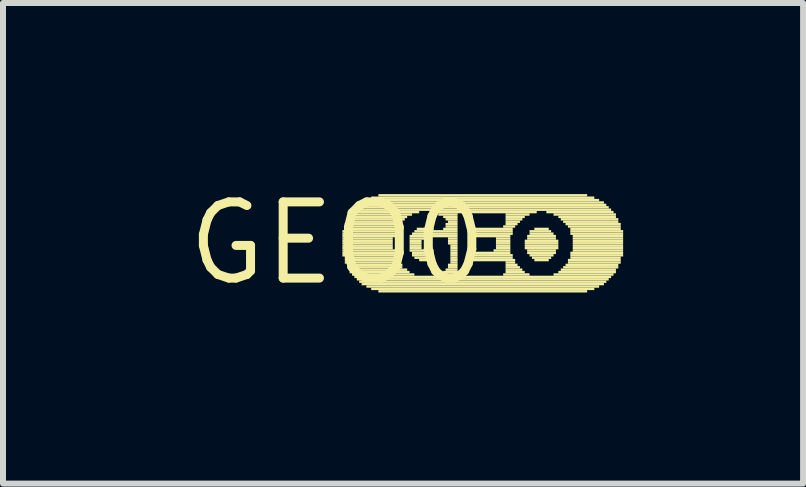
<source format=kicad_pcb>
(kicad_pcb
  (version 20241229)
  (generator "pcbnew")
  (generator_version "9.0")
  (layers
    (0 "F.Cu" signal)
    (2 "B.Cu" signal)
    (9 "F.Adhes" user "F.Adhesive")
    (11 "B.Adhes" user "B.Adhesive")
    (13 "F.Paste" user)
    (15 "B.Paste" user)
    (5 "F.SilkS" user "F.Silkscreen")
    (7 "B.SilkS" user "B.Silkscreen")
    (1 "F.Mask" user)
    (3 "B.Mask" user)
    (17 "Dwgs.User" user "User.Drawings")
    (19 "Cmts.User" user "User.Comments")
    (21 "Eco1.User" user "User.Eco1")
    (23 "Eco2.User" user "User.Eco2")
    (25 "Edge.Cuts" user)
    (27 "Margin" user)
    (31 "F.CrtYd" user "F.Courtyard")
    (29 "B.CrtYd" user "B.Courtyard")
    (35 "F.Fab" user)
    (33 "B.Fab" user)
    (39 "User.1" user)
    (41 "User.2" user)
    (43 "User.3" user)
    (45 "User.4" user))
  (footprint "GEO0"
    (layer "F.Cu")
    (at 2.578 1.006)
    (property "Reference" "GEO0" (at 0 0 0) (layer "F.SilkS") (effects (font (size 1.27 1.27) (thickness 0.15))))
    (fp_poly (pts (xy 0.08 -0.18) (xy 0.96 -0.18) (xy 0.96 -0.22) (xy 0.08 -0.22)) (stroke (width 0) (type solid)) (fill yes) (layer "F.SilkS"))
    (fp_poly (pts (xy 0.08 -0.14) (xy 0.96 -0.14) (xy 0.96 -0.18) (xy 0.08 -0.18)) (stroke (width 0) (type solid)) (fill yes) (layer "F.SilkS"))
    (fp_poly (pts (xy 0.08 -0.1) (xy 0.96 -0.1) (xy 0.96 -0.14) (xy 0.08 -0.14)) (stroke (width 0) (type solid)) (fill yes) (layer "F.SilkS"))
    (fp_poly (pts (xy 0.08 -0.06) (xy 0.92 -0.06) (xy 0.92 -0.1) (xy 0.08 -0.1)) (stroke (width 0) (type solid)) (fill yes) (layer "F.SilkS"))
    (fp_poly (pts (xy 0.08 -0.02) (xy 0.92 -0.02) (xy 0.92 -0.06) (xy 0.08 -0.06)) (stroke (width 0) (type solid)) (fill yes) (layer "F.SilkS"))
    (fp_poly (pts (xy 0.08 0.02) (xy 0.92 0.02) (xy 0.92 -0.02) (xy 0.08 -0.02)) (stroke (width 0) (type solid)) (fill yes) (layer "F.SilkS"))
    (fp_poly (pts (xy 0.08 0.06) (xy 0.92 0.06) (xy 0.92 0.02) (xy 0.08 0.02)) (stroke (width 0) (type solid)) (fill yes) (layer "F.SilkS"))
    (fp_poly (pts (xy 0.08 0.1) (xy 0.92 0.1) (xy 0.92 0.06) (xy 0.08 0.06)) (stroke (width 0) (type solid)) (fill yes) (layer "F.SilkS"))
    (fp_poly (pts (xy 0.08 0.14) (xy 0.96 0.14) (xy 0.96 0.1) (xy 0.08 0.1)) (stroke (width 0) (type solid)) (fill yes) (layer "F.SilkS"))
    (fp_poly (pts (xy 0.08 0.18) (xy 0.96 0.18) (xy 0.96 0.14) (xy 0.08 0.14)) (stroke (width 0) (type solid)) (fill yes) (layer "F.SilkS"))
    (fp_poly (pts (xy 0.08 0.22) (xy 0.96 0.22) (xy 0.96 0.18) (xy 0.08 0.18)) (stroke (width 0) (type solid)) (fill yes) (layer "F.SilkS"))
    (fp_poly (pts (xy 0.12 -0.3) (xy 1.04 -0.3) (xy 1.04 -0.34) (xy 0.12 -0.34)) (stroke (width 0) (type solid)) (fill yes) (layer "F.SilkS"))
    (fp_poly (pts (xy 0.12 -0.26) (xy 1 -0.26) (xy 1 -0.3) (xy 0.12 -0.3)) (stroke (width 0) (type solid)) (fill yes) (layer "F.SilkS"))
    (fp_poly (pts (xy 0.12 -0.22) (xy 1 -0.22) (xy 1 -0.26) (xy 0.12 -0.26)) (stroke (width 0) (type solid)) (fill yes) (layer "F.SilkS"))
    (fp_poly (pts (xy 0.12 0.26) (xy 1 0.26) (xy 1 0.22) (xy 0.12 0.22)) (stroke (width 0) (type solid)) (fill yes) (layer "F.SilkS"))
    (fp_poly (pts (xy 0.12 0.3) (xy 1 0.3) (xy 1 0.26) (xy 0.12 0.26)) (stroke (width 0) (type solid)) (fill yes) (layer "F.SilkS"))
    (fp_poly (pts (xy 0.12 0.34) (xy 1.04 0.34) (xy 1.04 0.3) (xy 0.12 0.3)) (stroke (width 0) (type solid)) (fill yes) (layer "F.SilkS"))
    (fp_poly (pts (xy 0.16 -0.38) (xy 1.12 -0.38) (xy 1.12 -0.42) (xy 0.16 -0.42)) (stroke (width 0) (type solid)) (fill yes) (layer "F.SilkS"))
    (fp_poly (pts (xy 0.16 -0.34) (xy 1.08 -0.34) (xy 1.08 -0.38) (xy 0.16 -0.38)) (stroke (width 0) (type solid)) (fill yes) (layer "F.SilkS"))
    (fp_poly (pts (xy 0.16 0.38) (xy 1.08 0.38) (xy 1.08 0.34) (xy 0.16 0.34)) (stroke (width 0) (type solid)) (fill yes) (layer "F.SilkS"))
    (fp_poly (pts (xy 0.16 0.42) (xy 1.08 0.42) (xy 1.08 0.38) (xy 0.16 0.38)) (stroke (width 0) (type solid)) (fill yes) (layer "F.SilkS"))
    (fp_poly (pts (xy 0.2 -0.46) (xy 1.24 -0.46) (xy 1.24 -0.5) (xy 0.2 -0.5)) (stroke (width 0) (type solid)) (fill yes) (layer "F.SilkS"))
    (fp_poly (pts (xy 0.2 -0.42) (xy 1.16 -0.42) (xy 1.16 -0.46) (xy 0.2 -0.46)) (stroke (width 0) (type solid)) (fill yes) (layer "F.SilkS"))
    (fp_poly (pts (xy 0.2 0.46) (xy 1.16 0.46) (xy 1.16 0.42) (xy 0.2 0.42)) (stroke (width 0) (type solid)) (fill yes) (layer "F.SilkS"))
    (fp_poly (pts (xy 0.2 0.5) (xy 1.2 0.5) (xy 1.2 0.46) (xy 0.2 0.46)) (stroke (width 0) (type solid)) (fill yes) (layer "F.SilkS"))
    (fp_poly (pts (xy 0.24 -0.5) (xy 1.36 -0.5) (xy 1.36 -0.54) (xy 0.24 -0.54)) (stroke (width 0) (type solid)) (fill yes) (layer "F.SilkS"))
    (fp_poly (pts (xy 0.24 0.54) (xy 1.28 0.54) (xy 1.28 0.5) (xy 0.24 0.5)) (stroke (width 0) (type solid)) (fill yes) (layer "F.SilkS"))
    (fp_poly (pts (xy 0.28 -0.54) (xy 4.56 -0.54) (xy 4.56 -0.58) (xy 0.28 -0.58)) (stroke (width 0) (type solid)) (fill yes) (layer "F.SilkS"))
    (fp_poly (pts (xy 0.28 0.58) (xy 4.56 0.58) (xy 4.56 0.54) (xy 0.28 0.54)) (stroke (width 0) (type solid)) (fill yes) (layer "F.SilkS"))
    (fp_poly (pts (xy 0.32 -0.58) (xy 4.52 -0.58) (xy 4.52 -0.62) (xy 0.32 -0.62)) (stroke (width 0) (type solid)) (fill yes) (layer "F.SilkS"))
    (fp_poly (pts (xy 0.32 0.62) (xy 4.52 0.62) (xy 4.52 0.58) (xy 0.32 0.58)) (stroke (width 0) (type solid)) (fill yes) (layer "F.SilkS"))
    (fp_poly (pts (xy 0.36 -0.62) (xy 4.48 -0.62) (xy 4.48 -0.66) (xy 0.36 -0.66)) (stroke (width 0) (type solid)) (fill yes) (layer "F.SilkS"))
    (fp_poly (pts (xy 0.36 0.66) (xy 4.48 0.66) (xy 4.48 0.62) (xy 0.36 0.62)) (stroke (width 0) (type solid)) (fill yes) (layer "F.SilkS"))
    (fp_poly (pts (xy 0.4 -0.66) (xy 4.44 -0.66) (xy 4.44 -0.7) (xy 0.4 -0.7)) (stroke (width 0) (type solid)) (fill yes) (layer "F.SilkS"))
    (fp_poly (pts (xy 0.4 0.7) (xy 4.44 0.7) (xy 4.44 0.66) (xy 0.4 0.66)) (stroke (width 0) (type solid)) (fill yes) (layer "F.SilkS"))
    (fp_poly (pts (xy 0.48 -0.7) (xy 4.36 -0.7) (xy 4.36 -0.74) (xy 0.48 -0.74)) (stroke (width 0) (type solid)) (fill yes) (layer "F.SilkS"))
    (fp_poly (pts (xy 0.48 0.74) (xy 4.36 0.74) (xy 4.36 0.7) (xy 0.48 0.7)) (stroke (width 0) (type solid)) (fill yes) (layer "F.SilkS"))
    (fp_poly (pts (xy 0.56 -0.74) (xy 4.28 -0.74) (xy 4.28 -0.78) (xy 0.56 -0.78)) (stroke (width 0) (type solid)) (fill yes) (layer "F.SilkS"))
    (fp_poly (pts (xy 0.56 0.78) (xy 4.28 0.78) (xy 4.28 0.74) (xy 0.56 0.74)) (stroke (width 0) (type solid)) (fill yes) (layer "F.SilkS"))
    (fp_poly (pts (xy 0.68 -0.78) (xy 4.16 -0.78) (xy 4.16 -0.82) (xy 0.68 -0.82)) (stroke (width 0) (type solid)) (fill yes) (layer "F.SilkS"))
    (fp_poly (pts (xy 0.68 0.82) (xy 4.16 0.82) (xy 4.16 0.78) (xy 0.68 0.78)) (stroke (width 0) (type solid)) (fill yes) (layer "F.SilkS"))
    (fp_poly (pts (xy 1.2 -0.1) (xy 2 -0.1) (xy 2 -0.14) (xy 1.2 -0.14)) (stroke (width 0) (type solid)) (fill yes) (layer "F.SilkS"))
    (fp_poly (pts (xy 1.2 -0.06) (xy 1.44 -0.06) (xy 1.44 -0.1) (xy 1.2 -0.1)) (stroke (width 0) (type solid)) (fill yes) (layer "F.SilkS"))
    (fp_poly (pts (xy 1.2 -0.02) (xy 1.4 -0.02) (xy 1.4 -0.06) (xy 1.2 -0.06)) (stroke (width 0) (type solid)) (fill yes) (layer "F.SilkS"))
    (fp_poly (pts (xy 1.2 0.02) (xy 1.4 0.02) (xy 1.4 -0.02) (xy 1.2 -0.02)) (stroke (width 0) (type solid)) (fill yes) (layer "F.SilkS"))
    (fp_poly (pts (xy 1.2 0.06) (xy 1.4 0.06) (xy 1.4 0.02) (xy 1.2 0.02)) (stroke (width 0) (type solid)) (fill yes) (layer "F.SilkS"))
    (fp_poly (pts (xy 1.2 0.1) (xy 1.4 0.1) (xy 1.4 0.06) (xy 1.2 0.06)) (stroke (width 0) (type solid)) (fill yes) (layer "F.SilkS"))
    (fp_poly (pts (xy 1.2 0.14) (xy 1.6 0.14) (xy 1.6 0.1) (xy 1.2 0.1)) (stroke (width 0) (type solid)) (fill yes) (layer "F.SilkS"))
    (fp_poly (pts (xy 1.24 -0.14) (xy 2 -0.14) (xy 2 -0.18) (xy 1.24 -0.18)) (stroke (width 0) (type solid)) (fill yes) (layer "F.SilkS"))
    (fp_poly (pts (xy 1.24 0.18) (xy 1.6 0.18) (xy 1.6 0.14) (xy 1.24 0.14)) (stroke (width 0) (type solid)) (fill yes) (layer "F.SilkS"))
    (fp_poly (pts (xy 1.24 0.22) (xy 1.6 0.22) (xy 1.6 0.18) (xy 1.24 0.18)) (stroke (width 0) (type solid)) (fill yes) (layer "F.SilkS"))
    (fp_poly (pts (xy 1.28 -0.18) (xy 2 -0.18) (xy 2 -0.22) (xy 1.28 -0.22)) (stroke (width 0) (type solid)) (fill yes) (layer "F.SilkS"))
    (fp_poly (pts (xy 1.28 0.26) (xy 1.6 0.26) (xy 1.6 0.22) (xy 1.28 0.22)) (stroke (width 0) (type solid)) (fill yes) (layer "F.SilkS"))
    (fp_poly (pts (xy 1.32 -0.22) (xy 1.6 -0.22) (xy 1.6 -0.26) (xy 1.32 -0.26)) (stroke (width 0) (type solid)) (fill yes) (layer "F.SilkS"))
    (fp_poly (pts (xy 1.36 0.3) (xy 1.6 0.3) (xy 1.6 0.26) (xy 1.36 0.26)) (stroke (width 0) (type solid)) (fill yes) (layer "F.SilkS"))
    (fp_poly (pts (xy 1.6 -0.5) (xy 3.32 -0.5) (xy 3.32 -0.54) (xy 1.6 -0.54)) (stroke (width 0) (type solid)) (fill yes) (layer "F.SilkS"))
    (fp_poly (pts (xy 1.68 -0.46) (xy 2 -0.46) (xy 2 -0.5) (xy 1.68 -0.5)) (stroke (width 0) (type solid)) (fill yes) (layer "F.SilkS"))
    (fp_poly (pts (xy 1.68 0.54) (xy 2 0.54) (xy 2 0.5) (xy 1.68 0.5)) (stroke (width 0) (type solid)) (fill yes) (layer "F.SilkS"))
    (fp_poly (pts (xy 1.76 -0.42) (xy 2 -0.42) (xy 2 -0.46) (xy 1.76 -0.46)) (stroke (width 0) (type solid)) (fill yes) (layer "F.SilkS"))
    (fp_poly (pts (xy 1.76 -0.22) (xy 2 -0.22) (xy 2 -0.26) (xy 1.76 -0.26)) (stroke (width 0) (type solid)) (fill yes) (layer "F.SilkS"))
    (fp_poly (pts (xy 1.76 0.5) (xy 2 0.5) (xy 2 0.46) (xy 1.76 0.46)) (stroke (width 0) (type solid)) (fill yes) (layer "F.SilkS"))
    (fp_poly (pts (xy 1.8 -0.38) (xy 2 -0.38) (xy 2 -0.42) (xy 1.8 -0.42)) (stroke (width 0) (type solid)) (fill yes) (layer "F.SilkS"))
    (fp_poly (pts (xy 1.8 -0.3) (xy 2 -0.3) (xy 2 -0.34) (xy 1.8 -0.34)) (stroke (width 0) (type solid)) (fill yes) (layer "F.SilkS"))
    (fp_poly (pts (xy 1.8 -0.26) (xy 2 -0.26) (xy 2 -0.3) (xy 1.8 -0.3)) (stroke (width 0) (type solid)) (fill yes) (layer "F.SilkS"))
    (fp_poly (pts (xy 1.8 0.46) (xy 2 0.46) (xy 2 0.42) (xy 1.8 0.42)) (stroke (width 0) (type solid)) (fill yes) (layer "F.SilkS"))
    (fp_poly (pts (xy 1.84 -0.34) (xy 2 -0.34) (xy 2 -0.38) (xy 1.84 -0.38)) (stroke (width 0) (type solid)) (fill yes) (layer "F.SilkS"))
    (fp_poly (pts (xy 1.84 -0.06) (xy 2 -0.06) (xy 2 -0.1) (xy 1.84 -0.1)) (stroke (width 0) (type solid)) (fill yes) (layer "F.SilkS"))
    (fp_poly (pts (xy 1.84 -0.02) (xy 2 -0.02) (xy 2 -0.06) (xy 1.84 -0.06)) (stroke (width 0) (type solid)) (fill yes) (layer "F.SilkS"))
    (fp_poly (pts (xy 1.84 0.02) (xy 2 0.02) (xy 2 -0.02) (xy 1.84 -0.02)) (stroke (width 0) (type solid)) (fill yes) (layer "F.SilkS"))
    (fp_poly (pts (xy 1.84 0.38) (xy 2 0.38) (xy 2 0.34) (xy 1.84 0.34)) (stroke (width 0) (type solid)) (fill yes) (layer "F.SilkS"))
    (fp_poly (pts (xy 1.84 0.42) (xy 2 0.42) (xy 2 0.38) (xy 1.84 0.38)) (stroke (width 0) (type solid)) (fill yes) (layer "F.SilkS"))
    (fp_poly (pts (xy 1.88 0.06) (xy 2 0.06) (xy 2 0.02) (xy 1.88 0.02)) (stroke (width 0) (type solid)) (fill yes) (layer "F.SilkS"))
    (fp_poly (pts (xy 1.88 0.1) (xy 2 0.1) (xy 2 0.06) (xy 1.88 0.06)) (stroke (width 0) (type solid)) (fill yes) (layer "F.SilkS"))
    (fp_poly (pts (xy 1.88 0.14) (xy 2 0.14) (xy 2 0.1) (xy 1.88 0.1)) (stroke (width 0) (type solid)) (fill yes) (layer "F.SilkS"))
    (fp_poly (pts (xy 1.88 0.18) (xy 2 0.18) (xy 2 0.14) (xy 1.88 0.14)) (stroke (width 0) (type solid)) (fill yes) (layer "F.SilkS"))
    (fp_poly (pts (xy 1.88 0.22) (xy 2 0.22) (xy 2 0.18) (xy 1.88 0.18)) (stroke (width 0) (type solid)) (fill yes) (layer "F.SilkS"))
    (fp_poly (pts (xy 1.88 0.26) (xy 2 0.26) (xy 2 0.22) (xy 1.88 0.22)) (stroke (width 0) (type solid)) (fill yes) (layer "F.SilkS"))
    (fp_poly (pts (xy 1.88 0.3) (xy 2 0.3) (xy 2 0.26) (xy 1.88 0.26)) (stroke (width 0) (type solid)) (fill yes) (layer "F.SilkS"))
    (fp_poly (pts (xy 1.88 0.34) (xy 2 0.34) (xy 2 0.3) (xy 1.88 0.3)) (stroke (width 0) (type solid)) (fill yes) (layer "F.SilkS"))
    (fp_poly (pts (xy 2.24 -0.22) (xy 2.92 -0.22) (xy 2.92 -0.26) (xy 2.24 -0.26)) (stroke (width 0) (type solid)) (fill yes) (layer "F.SilkS"))
    (fp_poly (pts (xy 2.24 -0.18) (xy 2.92 -0.18) (xy 2.92 -0.22) (xy 2.24 -0.22)) (stroke (width 0) (type solid)) (fill yes) (layer "F.SilkS"))
    (fp_poly (pts (xy 2.24 -0.14) (xy 2.92 -0.14) (xy 2.92 -0.18) (xy 2.24 -0.18)) (stroke (width 0) (type solid)) (fill yes) (layer "F.SilkS"))
    (fp_poly (pts (xy 2.24 -0.1) (xy 2.88 -0.1) (xy 2.88 -0.14) (xy 2.24 -0.14)) (stroke (width 0) (type solid)) (fill yes) (layer "F.SilkS"))
    (fp_poly (pts (xy 2.24 0.18) (xy 2.88 0.18) (xy 2.88 0.14) (xy 2.24 0.14)) (stroke (width 0) (type solid)) (fill yes) (layer "F.SilkS"))
    (fp_poly (pts (xy 2.24 0.22) (xy 2.92 0.22) (xy 2.92 0.18) (xy 2.24 0.18)) (stroke (width 0) (type solid)) (fill yes) (layer "F.SilkS"))
    (fp_poly (pts (xy 2.24 0.26) (xy 2.92 0.26) (xy 2.92 0.22) (xy 2.24 0.22)) (stroke (width 0) (type solid)) (fill yes) (layer "F.SilkS"))
    (fp_poly (pts (xy 2.24 0.3) (xy 2.96 0.3) (xy 2.96 0.26) (xy 2.24 0.26)) (stroke (width 0) (type solid)) (fill yes) (layer "F.SilkS"))
    (fp_poly (pts (xy 2.6 0.14) (xy 2.88 0.14) (xy 2.88 0.1) (xy 2.6 0.1)) (stroke (width 0) (type solid)) (fill yes) (layer "F.SilkS"))
    (fp_poly (pts (xy 2.64 -0.06) (xy 2.88 -0.06) (xy 2.88 -0.1) (xy 2.64 -0.1)) (stroke (width 0) (type solid)) (fill yes) (layer "F.SilkS"))
    (fp_poly (pts (xy 2.64 -0.02) (xy 2.88 -0.02) (xy 2.88 -0.06) (xy 2.64 -0.06)) (stroke (width 0) (type solid)) (fill yes) (layer "F.SilkS"))
    (fp_poly (pts (xy 2.64 0.02) (xy 2.88 0.02) (xy 2.88 -0.02) (xy 2.64 -0.02)) (stroke (width 0) (type solid)) (fill yes) (layer "F.SilkS"))
    (fp_poly (pts (xy 2.64 0.06) (xy 2.88 0.06) (xy 2.88 0.02) (xy 2.64 0.02)) (stroke (width 0) (type solid)) (fill yes) (layer "F.SilkS"))
    (fp_poly (pts (xy 2.64 0.1) (xy 2.88 0.1) (xy 2.88 0.06) (xy 2.64 0.06)) (stroke (width 0) (type solid)) (fill yes) (layer "F.SilkS"))
    (fp_poly (pts (xy 2.76 -0.26) (xy 2.96 -0.26) (xy 2.96 -0.3) (xy 2.76 -0.3)) (stroke (width 0) (type solid)) (fill yes) (layer "F.SilkS"))
    (fp_poly (pts (xy 2.76 0.54) (xy 3.2 0.54) (xy 3.2 0.5) (xy 2.76 0.5)) (stroke (width 0) (type solid)) (fill yes) (layer "F.SilkS"))
    (fp_poly (pts (xy 2.8 -0.46) (xy 3.2 -0.46) (xy 3.2 -0.5) (xy 2.8 -0.5)) (stroke (width 0) (type solid)) (fill yes) (layer "F.SilkS"))
    (fp_poly (pts (xy 2.8 -0.42) (xy 3.12 -0.42) (xy 3.12 -0.46) (xy 2.8 -0.46)) (stroke (width 0) (type solid)) (fill yes) (layer "F.SilkS"))
    (fp_poly (pts (xy 2.8 -0.38) (xy 3.08 -0.38) (xy 3.08 -0.42) (xy 2.8 -0.42)) (stroke (width 0) (type solid)) (fill yes) (layer "F.SilkS"))
    (fp_poly (pts (xy 2.8 -0.34) (xy 3.04 -0.34) (xy 3.04 -0.38) (xy 2.8 -0.38)) (stroke (width 0) (type solid)) (fill yes) (layer "F.SilkS"))
    (fp_poly (pts (xy 2.8 -0.3) (xy 3 -0.3) (xy 3 -0.34) (xy 2.8 -0.34)) (stroke (width 0) (type solid)) (fill yes) (layer "F.SilkS"))
    (fp_poly (pts (xy 2.8 0.34) (xy 2.96 0.34) (xy 2.96 0.3) (xy 2.8 0.3)) (stroke (width 0) (type solid)) (fill yes) (layer "F.SilkS"))
    (fp_poly (pts (xy 2.8 0.38) (xy 3 0.38) (xy 3 0.34) (xy 2.8 0.34)) (stroke (width 0) (type solid)) (fill yes) (layer "F.SilkS"))
    (fp_poly (pts (xy 2.8 0.42) (xy 3.04 0.42) (xy 3.04 0.38) (xy 2.8 0.38)) (stroke (width 0) (type solid)) (fill yes) (layer "F.SilkS"))
    (fp_poly (pts (xy 2.8 0.46) (xy 3.08 0.46) (xy 3.08 0.42) (xy 2.8 0.42)) (stroke (width 0) (type solid)) (fill yes) (layer "F.SilkS"))
    (fp_poly (pts (xy 2.8 0.5) (xy 3.12 0.5) (xy 3.12 0.46) (xy 2.8 0.46)) (stroke (width 0) (type solid)) (fill yes) (layer "F.SilkS"))
    (fp_poly (pts (xy 3.12 -0.02) (xy 3.68 -0.02) (xy 3.68 -0.06) (xy 3.12 -0.06)) (stroke (width 0) (type solid)) (fill yes) (layer "F.SilkS"))
    (fp_poly (pts (xy 3.12 0.02) (xy 3.68 0.02) (xy 3.68 -0.02) (xy 3.12 -0.02)) (stroke (width 0) (type solid)) (fill yes) (layer "F.SilkS"))
    (fp_poly (pts (xy 3.12 0.06) (xy 3.68 0.06) (xy 3.68 0.02) (xy 3.12 0.02)) (stroke (width 0) (type solid)) (fill yes) (layer "F.SilkS"))
    (fp_poly (pts (xy 3.12 0.1) (xy 3.68 0.1) (xy 3.68 0.06) (xy 3.12 0.06)) (stroke (width 0) (type solid)) (fill yes) (layer "F.SilkS"))
    (fp_poly (pts (xy 3.16 -0.1) (xy 3.64 -0.1) (xy 3.64 -0.14) (xy 3.16 -0.14)) (stroke (width 0) (type solid)) (fill yes) (layer "F.SilkS"))
    (fp_poly (pts (xy 3.16 -0.06) (xy 3.64 -0.06) (xy 3.64 -0.1) (xy 3.16 -0.1)) (stroke (width 0) (type solid)) (fill yes) (layer "F.SilkS"))
    (fp_poly (pts (xy 3.16 0.14) (xy 3.64 0.14) (xy 3.64 0.1) (xy 3.16 0.1)) (stroke (width 0) (type solid)) (fill yes) (layer "F.SilkS"))
    (fp_poly (pts (xy 3.16 0.18) (xy 3.64 0.18) (xy 3.64 0.14) (xy 3.16 0.14)) (stroke (width 0) (type solid)) (fill yes) (layer "F.SilkS"))
    (fp_poly (pts (xy 3.2 -0.18) (xy 3.56 -0.18) (xy 3.56 -0.22) (xy 3.2 -0.22)) (stroke (width 0) (type solid)) (fill yes) (layer "F.SilkS"))
    (fp_poly (pts (xy 3.2 -0.14) (xy 3.6 -0.14) (xy 3.6 -0.18) (xy 3.2 -0.18)) (stroke (width 0) (type solid)) (fill yes) (layer "F.SilkS"))
    (fp_poly (pts (xy 3.2 0.22) (xy 3.6 0.22) (xy 3.6 0.18) (xy 3.2 0.18)) (stroke (width 0) (type solid)) (fill yes) (layer "F.SilkS"))
    (fp_poly (pts (xy 3.24 0.26) (xy 3.56 0.26) (xy 3.56 0.22) (xy 3.24 0.22)) (stroke (width 0) (type solid)) (fill yes) (layer "F.SilkS"))
    (fp_poly (pts (xy 3.28 -0.22) (xy 3.52 -0.22) (xy 3.52 -0.26) (xy 3.28 -0.26)) (stroke (width 0) (type solid)) (fill yes) (layer "F.SilkS"))
    (fp_poly (pts (xy 3.28 0.3) (xy 3.52 0.3) (xy 3.52 0.26) (xy 3.28 0.26)) (stroke (width 0) (type solid)) (fill yes) (layer "F.SilkS"))
    (fp_poly (pts (xy 3.48 -0.5) (xy 4.6 -0.5) (xy 4.6 -0.54) (xy 3.48 -0.54)) (stroke (width 0) (type solid)) (fill yes) (layer "F.SilkS"))
    (fp_poly (pts (xy 3.6 -0.46) (xy 4.64 -0.46) (xy 4.64 -0.5) (xy 3.6 -0.5)) (stroke (width 0) (type solid)) (fill yes) (layer "F.SilkS"))
    (fp_poly (pts (xy 3.6 0.54) (xy 4.6 0.54) (xy 4.6 0.5) (xy 3.6 0.5)) (stroke (width 0) (type solid)) (fill yes) (layer "F.SilkS"))
    (fp_poly (pts (xy 3.68 -0.42) (xy 4.64 -0.42) (xy 4.64 -0.46) (xy 3.68 -0.46)) (stroke (width 0) (type solid)) (fill yes) (layer "F.SilkS"))
    (fp_poly (pts (xy 3.68 0.5) (xy 4.64 0.5) (xy 4.64 0.46) (xy 3.68 0.46)) (stroke (width 0) (type solid)) (fill yes) (layer "F.SilkS"))
    (fp_poly (pts (xy 3.72 -0.38) (xy 4.68 -0.38) (xy 4.68 -0.42) (xy 3.72 -0.42)) (stroke (width 0) (type solid)) (fill yes) (layer "F.SilkS"))
    (fp_poly (pts (xy 3.72 0.46) (xy 4.64 0.46) (xy 4.64 0.42) (xy 3.72 0.42)) (stroke (width 0) (type solid)) (fill yes) (layer "F.SilkS"))
    (fp_poly (pts (xy 3.76 -0.34) (xy 4.68 -0.34) (xy 4.68 -0.38) (xy 3.76 -0.38)) (stroke (width 0) (type solid)) (fill yes) (layer "F.SilkS"))
    (fp_poly (pts (xy 3.76 0.42) (xy 4.68 0.42) (xy 4.68 0.38) (xy 3.76 0.38)) (stroke (width 0) (type solid)) (fill yes) (layer "F.SilkS"))
    (fp_poly (pts (xy 3.8 -0.3) (xy 4.72 -0.3) (xy 4.72 -0.34) (xy 3.8 -0.34)) (stroke (width 0) (type solid)) (fill yes) (layer "F.SilkS"))
    (fp_poly (pts (xy 3.8 0.38) (xy 4.68 0.38) (xy 4.68 0.34) (xy 3.8 0.34)) (stroke (width 0) (type solid)) (fill yes) (layer "F.SilkS"))
    (fp_poly (pts (xy 3.84 -0.26) (xy 4.72 -0.26) (xy 4.72 -0.3) (xy 3.84 -0.3)) (stroke (width 0) (type solid)) (fill yes) (layer "F.SilkS"))
    (fp_poly (pts (xy 3.84 0.3) (xy 4.72 0.3) (xy 4.72 0.26) (xy 3.84 0.26)) (stroke (width 0) (type solid)) (fill yes) (layer "F.SilkS"))
    (fp_poly (pts (xy 3.84 0.34) (xy 4.72 0.34) (xy 4.72 0.3) (xy 3.84 0.3)) (stroke (width 0) (type solid)) (fill yes) (layer "F.SilkS"))
    (fp_poly (pts (xy 3.88 -0.22) (xy 4.72 -0.22) (xy 4.72 -0.26) (xy 3.88 -0.26)) (stroke (width 0) (type solid)) (fill yes) (layer "F.SilkS"))
    (fp_poly (pts (xy 3.88 -0.18) (xy 4.76 -0.18) (xy 4.76 -0.22) (xy 3.88 -0.22)) (stroke (width 0) (type solid)) (fill yes) (layer "F.SilkS"))
    (fp_poly (pts (xy 3.88 -0.14) (xy 4.76 -0.14) (xy 4.76 -0.18) (xy 3.88 -0.18)) (stroke (width 0) (type solid)) (fill yes) (layer "F.SilkS"))
    (fp_poly (pts (xy 3.88 0.18) (xy 4.76 0.18) (xy 4.76 0.14) (xy 3.88 0.14)) (stroke (width 0) (type solid)) (fill yes) (layer "F.SilkS"))
    (fp_poly (pts (xy 3.88 0.22) (xy 4.76 0.22) (xy 4.76 0.18) (xy 3.88 0.18)) (stroke (width 0) (type solid)) (fill yes) (layer "F.SilkS"))
    (fp_poly (pts (xy 3.88 0.26) (xy 4.72 0.26) (xy 4.72 0.22) (xy 3.88 0.22)) (stroke (width 0) (type solid)) (fill yes) (layer "F.SilkS"))
    (fp_poly (pts (xy 3.92 -0.1) (xy 4.76 -0.1) (xy 4.76 -0.14) (xy 3.92 -0.14)) (stroke (width 0) (type solid)) (fill yes) (layer "F.SilkS"))
    (fp_poly (pts (xy 3.92 -0.06) (xy 4.76 -0.06) (xy 4.76 -0.1) (xy 3.92 -0.1)) (stroke (width 0) (type solid)) (fill yes) (layer "F.SilkS"))
    (fp_poly (pts (xy 3.92 -0.02) (xy 4.76 -0.02) (xy 4.76 -0.06) (xy 3.92 -0.06)) (stroke (width 0) (type solid)) (fill yes) (layer "F.SilkS"))
    (fp_poly (pts (xy 3.92 0.02) (xy 4.76 0.02) (xy 4.76 -0.02) (xy 3.92 -0.02)) (stroke (width 0) (type solid)) (fill yes) (layer "F.SilkS"))
    (fp_poly (pts (xy 3.92 0.06) (xy 4.76 0.06) (xy 4.76 0.02) (xy 3.92 0.02)) (stroke (width 0) (type solid)) (fill yes) (layer "F.SilkS"))
    (fp_poly (pts (xy 3.92 0.1) (xy 4.76 0.1) (xy 4.76 0.06) (xy 3.92 0.06)) (stroke (width 0) (type solid)) (fill yes) (layer "F.SilkS"))
    (fp_poly (pts (xy 3.92 0.14) (xy 4.76 0.14) (xy 4.76 0.1) (xy 3.92 0.1)) (stroke (width 0) (type solid)) (fill yes) (layer "F.SilkS")))
  (gr_rect
    (start -3 -3)
    (end 10.338 5.012)
    (stroke (width 0.1) (type default))
    (fill no)
    (layer "Edge.Cuts")))
</source>
